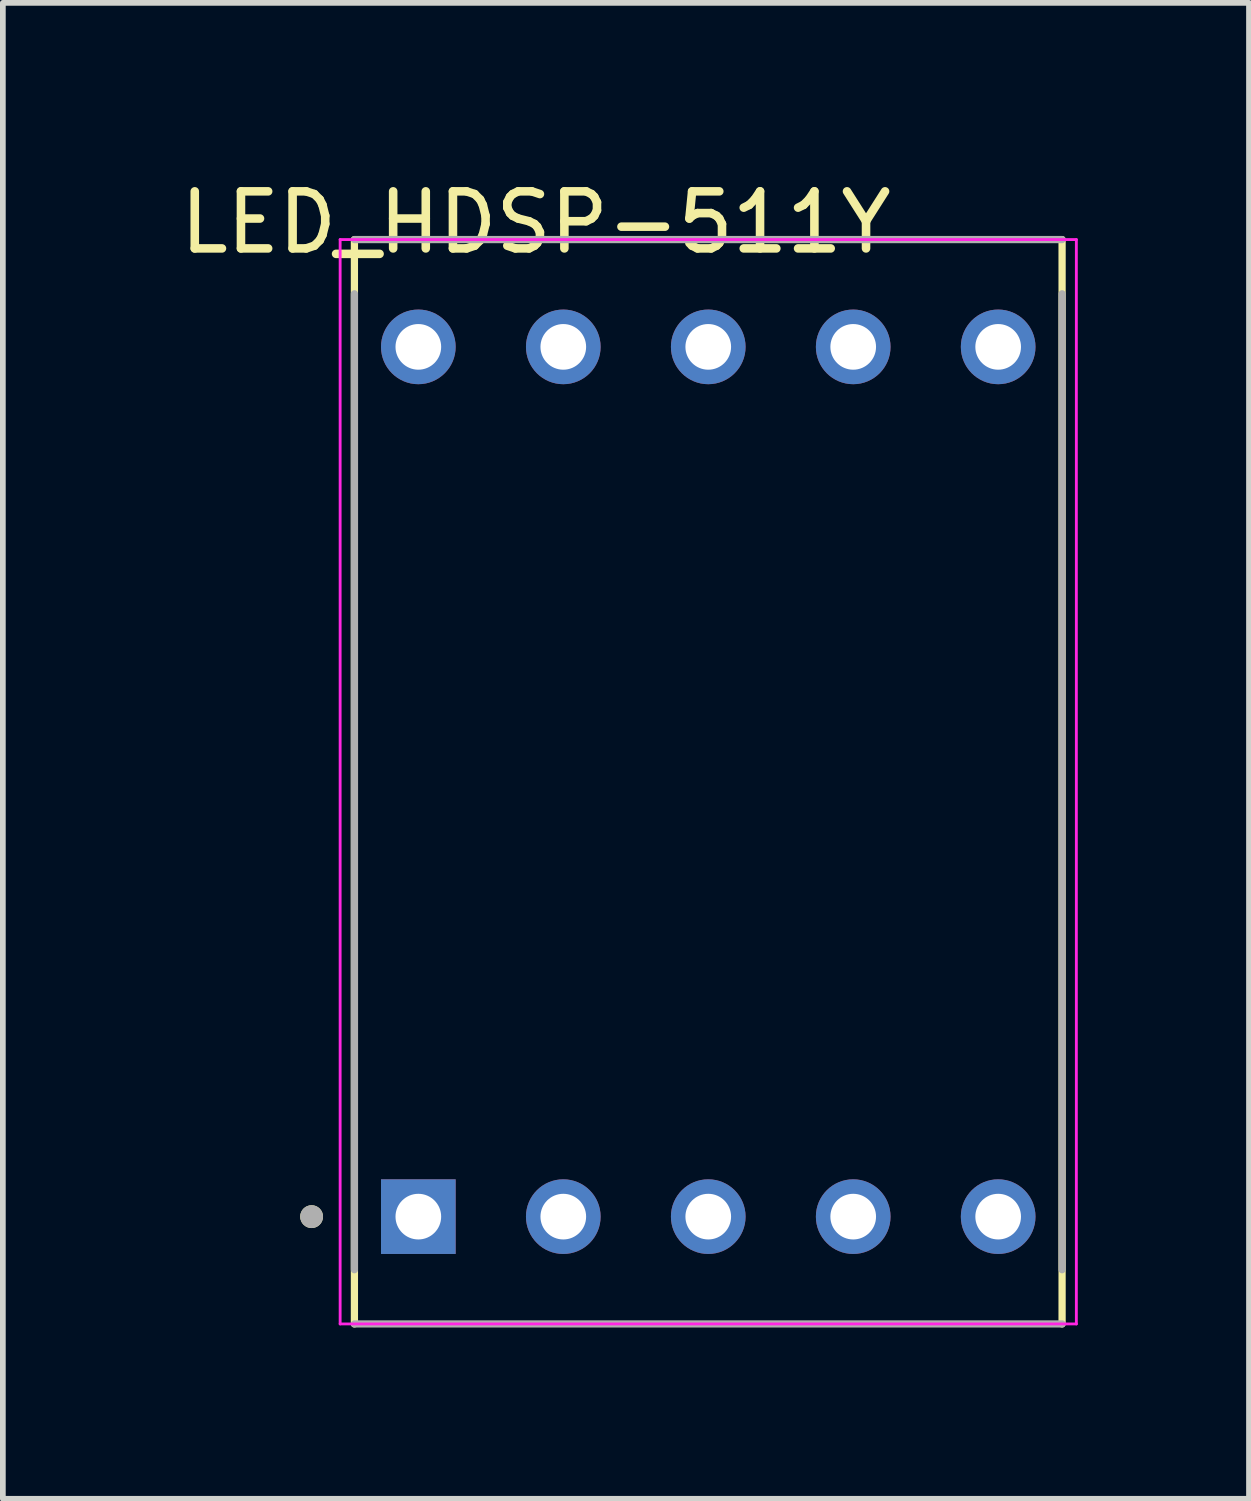
<source format=kicad_pcb>
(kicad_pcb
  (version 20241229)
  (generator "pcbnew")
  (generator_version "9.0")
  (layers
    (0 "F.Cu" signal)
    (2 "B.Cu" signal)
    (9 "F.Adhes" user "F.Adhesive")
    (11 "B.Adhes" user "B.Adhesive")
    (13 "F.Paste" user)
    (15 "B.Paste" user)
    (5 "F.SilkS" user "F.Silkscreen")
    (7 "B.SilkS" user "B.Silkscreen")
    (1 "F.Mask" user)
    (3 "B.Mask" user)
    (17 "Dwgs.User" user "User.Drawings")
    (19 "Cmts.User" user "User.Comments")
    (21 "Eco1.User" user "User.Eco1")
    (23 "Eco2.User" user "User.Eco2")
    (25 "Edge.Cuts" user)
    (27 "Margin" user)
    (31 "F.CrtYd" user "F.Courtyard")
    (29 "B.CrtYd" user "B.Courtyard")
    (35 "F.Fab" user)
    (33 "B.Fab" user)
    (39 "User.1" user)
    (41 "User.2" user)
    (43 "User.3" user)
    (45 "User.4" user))
  (footprint "LED_HDSP-511Y"
    (layer "F.Cu")
    (at 9.36 10.648)
    (property "Reference" "LED_HDSP-511Y" (at -3.021 -9.8 0) (layer "F.SilkS") (effects (font (size 1 1) (thickness 0.15))))
    (attr through_hole)
    (fp_line (start -6.2 9.5) (end -6.2 -9.5) (stroke (width 0.127) (type solid)) (layer "F.SilkS"))
    (fp_line (start 6.2 -9.5) (end 6.2 9.5) (stroke (width 0.127) (type solid)) (layer "F.SilkS"))
    (fp_circle (center -6.95 7.62) (end -6.85 7.62) (stroke (width 0.2) (type solid)) (fill no) (layer "F.SilkS"))
    (fp_line (start -6.45 -9.5) (end -6.45 9.5) (stroke (width 0.05) (type solid)) (layer "F.CrtYd"))
    (fp_line (start -6.45 9.5) (end 6.45 9.5) (stroke (width 0.05) (type solid)) (layer "F.CrtYd"))
    (fp_line (start 6.45 -9.5) (end -6.45 -9.5) (stroke (width 0.05) (type solid)) (layer "F.CrtYd"))
    (fp_line (start 6.45 9.5) (end 6.45 -9.5) (stroke (width 0.05) (type solid)) (layer "F.CrtYd"))
    (fp_line (start -6.2 -9.5) (end 6.2 -9.5) (stroke (width 0.127) (type solid)) (layer "F.Fab"))
    (fp_line (start -6.2 8.55) (end -6.2 -8.55) (stroke (width 0.127) (type solid)) (layer "F.Fab"))
    (fp_line (start 6.2 -8.55) (end 6.2 8.55) (stroke (width 0.127) (type solid)) (layer "F.Fab"))
    (fp_line (start 6.2 9.5) (end -6.2 9.5) (stroke (width 0.127) (type solid)) (layer "F.Fab"))
    (fp_circle (center -6.95 7.62) (end -6.85 7.62) (stroke (width 0.2) (type solid)) (fill no) (layer "F.Fab"))
    (pad "1" thru_hole rect (at -5.08 7.62) (size 1.308 1.308) (drill 0.8) (layers "*.Cu" "*.Mask"))
    (pad "2" thru_hole circle (at -2.54 7.62) (size 1.308 1.308) (drill 0.8) (layers "*.Cu" "*.Mask"))
    (pad "3" thru_hole circle (at 0 7.62) (size 1.308 1.308) (drill 0.8) (layers "*.Cu" "*.Mask"))
    (pad "4" thru_hole circle (at 2.54 7.62) (size 1.308 1.308) (drill 0.8) (layers "*.Cu" "*.Mask"))
    (pad "5" thru_hole circle (at 5.08 7.62) (size 1.308 1.308) (drill 0.8) (layers "*.Cu" "*.Mask"))
    (pad "6" thru_hole circle (at 5.08 -7.62) (size 1.308 1.308) (drill 0.8) (layers "*.Cu" "*.Mask"))
    (pad "7" thru_hole circle (at 2.54 -7.62) (size 1.308 1.308) (drill 0.8) (layers "*.Cu" "*.Mask"))
    (pad "8" thru_hole circle (at 0 -7.62) (size 1.308 1.308) (drill 0.8) (layers "*.Cu" "*.Mask"))
    (pad "9" thru_hole circle (at -2.54 -7.62) (size 1.308 1.308) (drill 0.8) (layers "*.Cu" "*.Mask"))
    (pad "10" thru_hole circle (at -5.08 -7.62) (size 1.308 1.308) (drill 0.8) (layers "*.Cu" "*.Mask")))
  (gr_rect
    (start -3 -3)
    (end 18.835 23.212)
    (stroke (width 0.1) (type default))
    (fill no)
    (layer "Edge.Cuts")))
</source>
